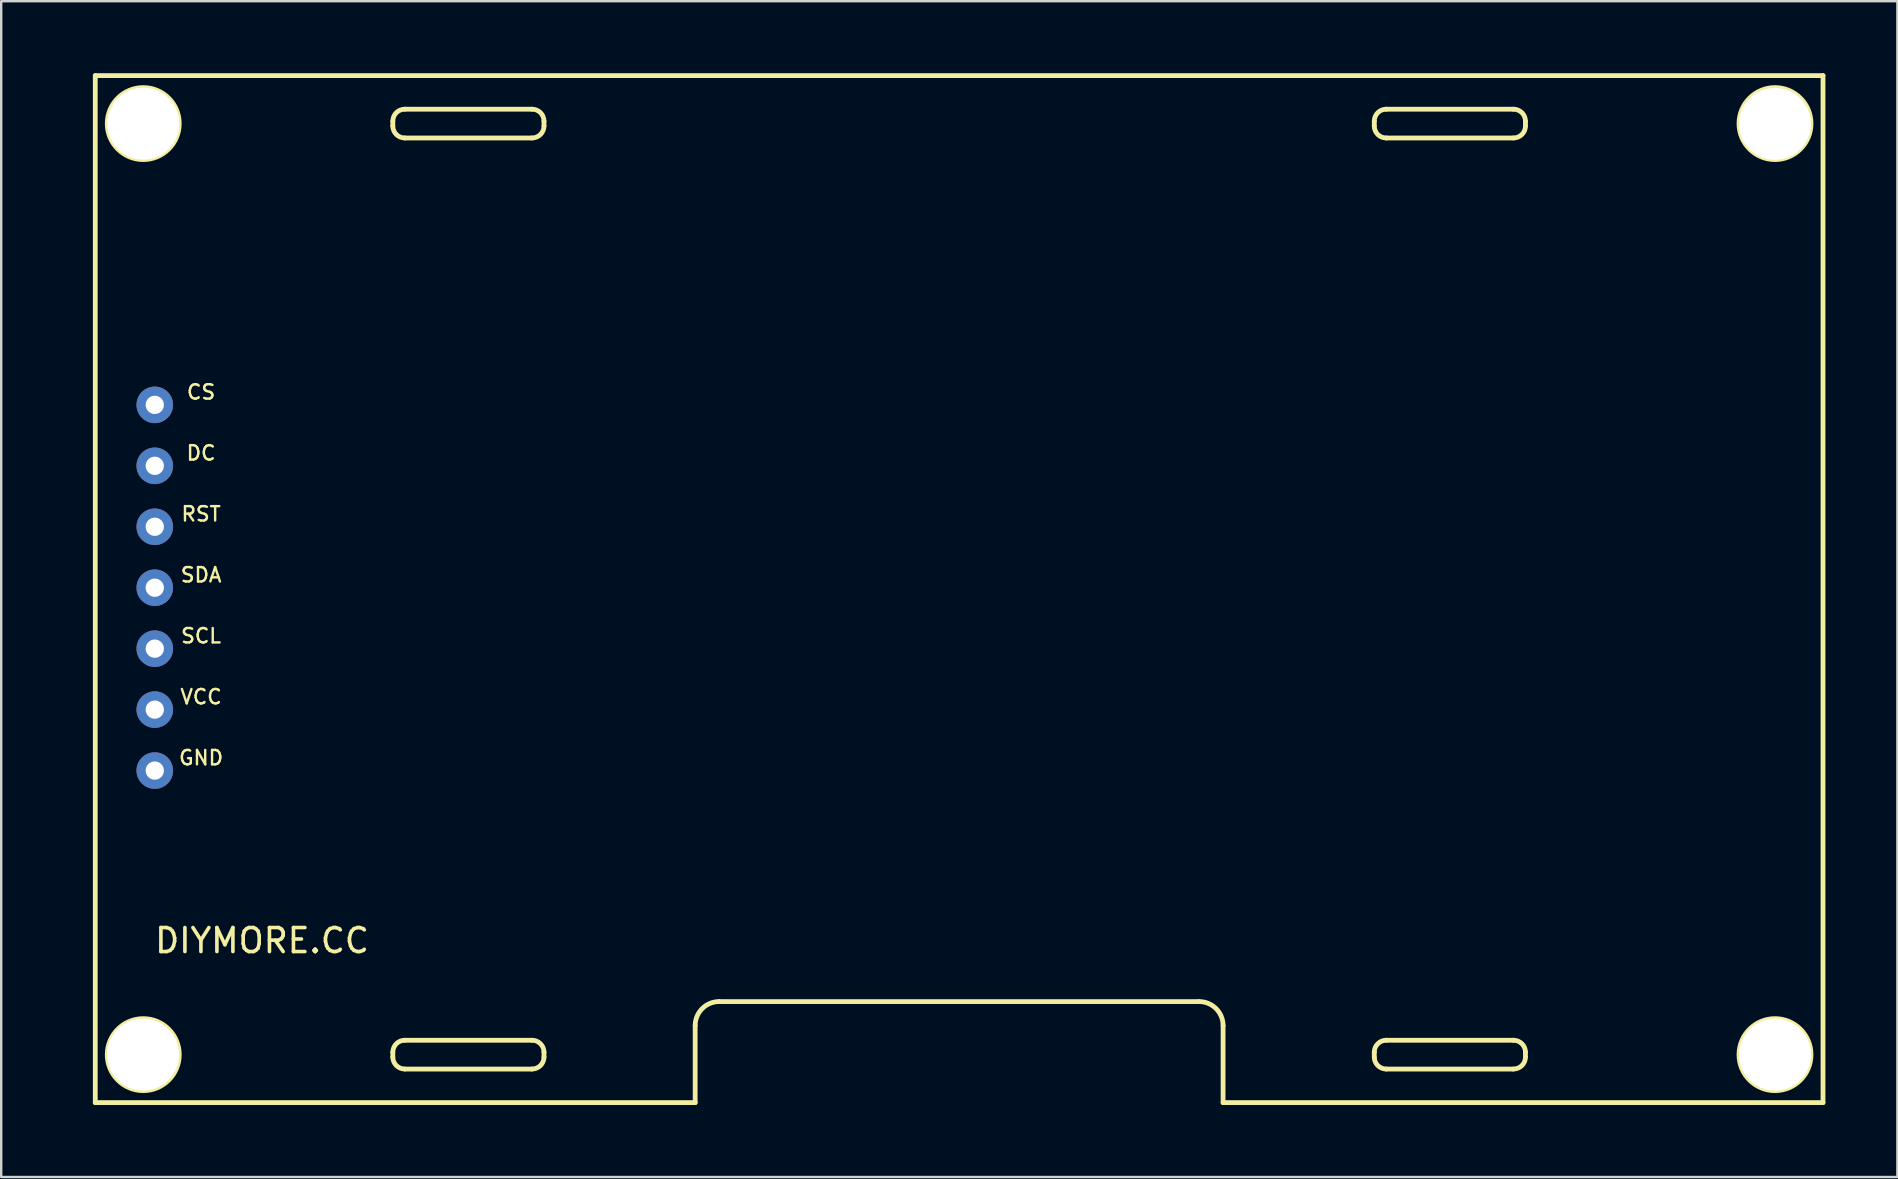
<source format=kicad_pcb>
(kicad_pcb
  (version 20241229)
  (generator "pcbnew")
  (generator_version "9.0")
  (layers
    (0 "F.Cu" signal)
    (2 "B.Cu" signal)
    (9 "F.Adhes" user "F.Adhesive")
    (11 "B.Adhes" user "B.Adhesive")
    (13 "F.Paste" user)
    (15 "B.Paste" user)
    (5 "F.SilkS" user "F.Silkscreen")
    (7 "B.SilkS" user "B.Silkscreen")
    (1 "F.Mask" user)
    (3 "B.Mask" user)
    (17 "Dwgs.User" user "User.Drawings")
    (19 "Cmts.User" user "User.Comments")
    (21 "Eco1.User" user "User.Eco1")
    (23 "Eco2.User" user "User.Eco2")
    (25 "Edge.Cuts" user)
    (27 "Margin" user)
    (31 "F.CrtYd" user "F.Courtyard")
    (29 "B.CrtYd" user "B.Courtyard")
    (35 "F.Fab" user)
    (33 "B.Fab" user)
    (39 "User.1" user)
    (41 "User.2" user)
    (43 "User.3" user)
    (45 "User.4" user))
  (footprint "DIYMORE.CC"
    (layer "F.Cu")
    (at 0.25 42.499)
    (property "Reference" "DIYMORE.CC" (at 7.62 -6.35 0) (layer "F.SilkS") (effects (font (size 1 1) (thickness 0.15))))
    (attr through_hole)
    (fp_line (start 0.67 -42.399) (end 0.67 0.401) (stroke (width 0.2) (type solid)) (layer "F.SilkS"))
    (fp_line (start 0.67 0.401) (end 25.67 0.401) (stroke (width 0.2) (type solid)) (layer "F.SilkS"))
    (fp_line (start 13.07 -40.299) (end 13.07 -40.499) (stroke (width 0.2) (type solid)) (layer "F.SilkS"))
    (fp_line (start 13.07 -1.499) (end 13.07 -1.699) (stroke (width 0.2) (type solid)) (layer "F.SilkS"))
    (fp_line (start 13.57 -40.999) (end 18.87 -40.999) (stroke (width 0.2) (type solid)) (layer "F.SilkS"))
    (fp_line (start 13.57 -2.199) (end 18.87 -2.199) (stroke (width 0.2) (type solid)) (layer "F.SilkS"))
    (fp_line (start 18.87 -39.799) (end 13.57 -39.799) (stroke (width 0.2) (type solid)) (layer "F.SilkS"))
    (fp_line (start 18.87 -0.999) (end 13.57 -0.999) (stroke (width 0.2) (type solid)) (layer "F.SilkS"))
    (fp_line (start 19.37 -40.499) (end 19.37 -40.299) (stroke (width 0.2) (type solid)) (layer "F.SilkS"))
    (fp_line (start 19.37 -1.699) (end 19.37 -1.499) (stroke (width 0.2) (type solid)) (layer "F.SilkS"))
    (fp_line (start 25.67 0.401) (end 25.67 -2.81) (stroke (width 0.2) (type solid)) (layer "F.SilkS"))
    (fp_line (start 26.67 -3.81) (end 46.67 -3.81) (stroke (width 0.2) (type solid)) (layer "F.SilkS"))
    (fp_line (start 47.67 -2.81) (end 47.67 0.401) (stroke (width 0.2) (type solid)) (layer "F.SilkS"))
    (fp_line (start 47.67 0.401) (end 72.67 0.401) (stroke (width 0.2) (type solid)) (layer "F.SilkS"))
    (fp_line (start 53.97 -40.299) (end 53.97 -40.499) (stroke (width 0.2) (type solid)) (layer "F.SilkS"))
    (fp_line (start 53.97 -1.499) (end 53.97 -1.699) (stroke (width 0.2) (type solid)) (layer "F.SilkS"))
    (fp_line (start 54.47 -40.999) (end 59.77 -40.999) (stroke (width 0.2) (type solid)) (layer "F.SilkS"))
    (fp_line (start 54.47 -2.199) (end 59.77 -2.199) (stroke (width 0.2) (type solid)) (layer "F.SilkS"))
    (fp_line (start 59.77 -39.799) (end 54.47 -39.799) (stroke (width 0.2) (type solid)) (layer "F.SilkS"))
    (fp_line (start 59.77 -0.999) (end 54.47 -0.999) (stroke (width 0.2) (type solid)) (layer "F.SilkS"))
    (fp_line (start 60.27 -40.499) (end 60.27 -40.299) (stroke (width 0.2) (type solid)) (layer "F.SilkS"))
    (fp_line (start 60.27 -1.699) (end 60.27 -1.499) (stroke (width 0.2) (type solid)) (layer "F.SilkS"))
    (fp_line (start 72.67 -42.399) (end 0.67 -42.399) (stroke (width 0.2) (type solid)) (layer "F.SilkS"))
    (fp_line (start 72.67 0.401) (end 72.67 -42.399) (stroke (width 0.2) (type solid)) (layer "F.SilkS"))
    (fp_arc (start 13.07 -40.499145) (mid 13.216447 -40.852698) (end 13.57 -40.999145) (stroke (width 0.2) (type solid)) (layer "F.SilkS"))
    (fp_arc (start 13.07 -1.699145) (mid 13.216447 -2.052698) (end 13.57 -2.199145) (stroke (width 0.2) (type solid)) (layer "F.SilkS"))
    (fp_arc (start 13.57 -39.799145) (mid 13.216447 -39.945592) (end 13.07 -40.299145) (stroke (width 0.2) (type solid)) (layer "F.SilkS"))
    (fp_arc (start 13.57 -0.999145) (mid 13.216447 -1.145592) (end 13.07 -1.499145) (stroke (width 0.2) (type solid)) (layer "F.SilkS"))
    (fp_arc (start 18.87 -40.999145) (mid 19.223553 -40.852698) (end 19.37 -40.499145) (stroke (width 0.2) (type solid)) (layer "F.SilkS"))
    (fp_arc (start 18.87 -2.199145) (mid 19.223553 -2.052698) (end 19.37 -1.699145) (stroke (width 0.2) (type solid)) (layer "F.SilkS"))
    (fp_arc (start 19.37 -40.299145) (mid 19.223553 -39.945592) (end 18.87 -39.799145) (stroke (width 0.2) (type solid)) (layer "F.SilkS"))
    (fp_arc (start 19.37 -1.499145) (mid 19.223553 -1.145592) (end 18.87 -0.999145) (stroke (width 0.2) (type solid)) (layer "F.SilkS"))
    (fp_arc (start 25.67 -2.81) (mid 25.962893 -3.517107) (end 26.67 -3.81) (stroke (width 0.2) (type solid)) (layer "F.SilkS"))
    (fp_arc (start 46.67 -3.81) (mid 47.377107 -3.517107) (end 47.67 -2.81) (stroke (width 0.2) (type solid)) (layer "F.SilkS"))
    (fp_arc (start 53.97 -40.499145) (mid 54.116447 -40.852698) (end 54.47 -40.999145) (stroke (width 0.2) (type solid)) (layer "F.SilkS"))
    (fp_arc (start 53.97 -1.699145) (mid 54.116447 -2.052698) (end 54.47 -2.199145) (stroke (width 0.2) (type solid)) (layer "F.SilkS"))
    (fp_arc (start 54.47 -39.799145) (mid 54.116447 -39.945592) (end 53.97 -40.299145) (stroke (width 0.2) (type solid)) (layer "F.SilkS"))
    (fp_arc (start 54.47 -0.999145) (mid 54.116447 -1.145592) (end 53.97 -1.499145) (stroke (width 0.2) (type solid)) (layer "F.SilkS"))
    (fp_arc (start 59.77 -40.999145) (mid 60.123553 -40.852698) (end 60.27 -40.499145) (stroke (width 0.2) (type solid)) (layer "F.SilkS"))
    (fp_arc (start 59.77 -2.199145) (mid 60.123553 -2.052698) (end 60.27 -1.699145) (stroke (width 0.2) (type solid)) (layer "F.SilkS"))
    (fp_arc (start 60.27 -40.299145) (mid 60.123553 -39.945592) (end 59.77 -39.799145) (stroke (width 0.2) (type solid)) (layer "F.SilkS"))
    (fp_arc (start 60.27 -1.499145) (mid 60.123553 -1.145592) (end 59.77 -0.999145) (stroke (width 0.2) (type solid)) (layer "F.SilkS"))
    (fp_circle (center 2.67 -40.399) (end 4.17 -40.399) (stroke (width 0.2) (type solid)) (fill no) (layer "F.SilkS"))
    (fp_circle (center 2.67 -1.599) (end 4.17 -1.599) (stroke (width 0.2) (type solid)) (fill no) (layer "F.SilkS"))
    (fp_circle (center 70.67 -40.399) (end 72.17 -40.399) (stroke (width 0.2) (type solid)) (fill no) (layer "F.SilkS"))
    (fp_circle (center 70.67 -1.599) (end 72.17 -1.599) (stroke (width 0.2) (type solid)) (fill no) (layer "F.SilkS"))
    (fp_text user "RST" (at 5.08 -24.13 0) (layer "F.SilkS") (effects (font (size 0.6 0.6) (thickness 0.1))))
    (fp_text user "SDA" (at 5.08 -21.59 0) (layer "F.SilkS") (effects (font (size 0.6 0.6) (thickness 0.1))))
    (fp_text user "SCL" (at 5.08 -19.05 0) (layer "F.SilkS") (effects (font (size 0.6 0.6) (thickness 0.1))))
    (fp_text user "CS" (at 5.08 -29.21 0) (layer "F.SilkS") (effects (font (size 0.6 0.6) (thickness 0.1))))
    (fp_text user "DC" (at 5.08 -26.67 0) (layer "F.SilkS") (effects (font (size 0.6 0.6) (thickness 0.1))))
    (fp_text user "GND" (at 5.08 -13.97 0) (layer "F.SilkS") (effects (font (size 0.6 0.6) (thickness 0.1))))
    (fp_text user "VCC" (at 5.08 -16.51 0) (layer "F.SilkS") (effects (font (size 0.6 0.6) (thickness 0.1))))
    (pad "" np_thru_hole circle (at 2.662 -1.6) (size 3 3) (drill 3) (layers "*.Cu" "*.Mask"))
    (pad "" np_thru_hole circle (at 2.672 -40.396) (size 3 3) (drill 3) (layers "*.Cu" "*.Mask"))
    (pad "" np_thru_hole circle (at 70.668 -40.386) (size 3 3) (drill 3) (layers "*.Cu" "*.Mask"))
    (pad "" np_thru_hole circle (at 70.673 -1.6) (size 3 3) (drill 3) (layers "*.Cu" "*.Mask"))
    (pad "1" thru_hole circle (at 3.15 -28.677) (size 1.524 1.524) (drill 0.762) (layers "*.Cu" "*.Mask"))
    (pad "2" thru_hole circle (at 3.15 -26.137) (size 1.524 1.524) (drill 0.762) (layers "*.Cu" "*.Mask"))
    (pad "3" thru_hole circle (at 3.15 -23.597) (size 1.524 1.524) (drill 0.762) (layers "*.Cu" "*.Mask"))
    (pad "4" thru_hole circle (at 3.15 -21.057) (size 1.524 1.524) (drill 0.762) (layers "*.Cu" "*.Mask"))
    (pad "5" thru_hole circle (at 3.15 -18.517) (size 1.524 1.524) (drill 0.762) (layers "*.Cu" "*.Mask"))
    (pad "6" thru_hole circle (at 3.15 -15.977) (size 1.524 1.524) (drill 0.762) (layers "*.Cu" "*.Mask"))
    (pad "7" thru_hole circle (at 3.15 -13.437) (size 1.524 1.524) (drill 0.762) (layers "*.Cu" "*.Mask")))
  (gr_rect
    (start -3 -3)
    (end 76.02 46)
    (stroke (width 0.1) (type default))
    (fill no)
    (layer "Edge.Cuts")))
</source>
